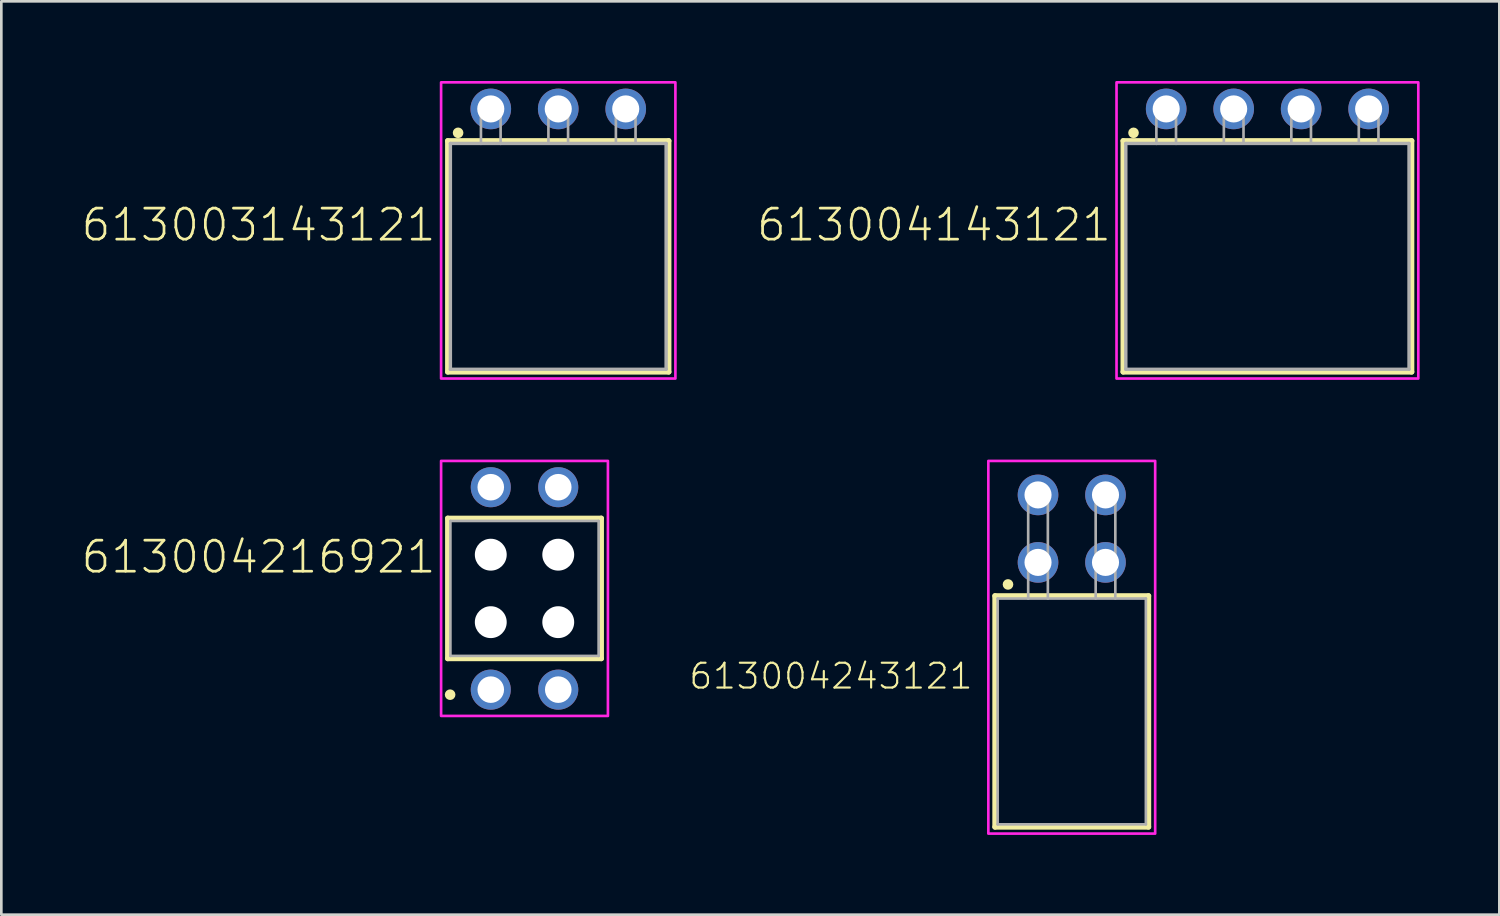
<source format=kicad_pcb>
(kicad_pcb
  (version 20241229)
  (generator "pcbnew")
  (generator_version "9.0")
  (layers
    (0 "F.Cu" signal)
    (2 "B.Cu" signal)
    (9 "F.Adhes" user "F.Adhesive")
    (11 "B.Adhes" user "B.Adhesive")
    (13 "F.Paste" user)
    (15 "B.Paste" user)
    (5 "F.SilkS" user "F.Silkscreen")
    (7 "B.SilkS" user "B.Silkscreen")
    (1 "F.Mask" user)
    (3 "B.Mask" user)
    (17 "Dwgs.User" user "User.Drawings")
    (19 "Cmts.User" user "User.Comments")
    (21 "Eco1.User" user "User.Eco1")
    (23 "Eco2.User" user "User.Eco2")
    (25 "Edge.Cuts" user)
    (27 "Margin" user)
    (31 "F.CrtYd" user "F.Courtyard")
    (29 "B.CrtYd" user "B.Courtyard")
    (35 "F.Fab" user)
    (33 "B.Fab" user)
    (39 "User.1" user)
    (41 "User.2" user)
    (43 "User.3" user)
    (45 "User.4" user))
  (footprint "613004243121"
    (layer "F.Cu")
    (at 37.294 23.73)
    (property "Reference" "613004243121" (at -3.67 -0.78 0) (unlocked yes) (layer "F.SilkS") (effects (font (size 0.935 0.935) (thickness 0.081)) (justify right bottom)))
    (fp_line (start -2.89 -4.35) (end 2.89 -4.35) (stroke (width 0.2) (type solid)) (layer "F.SilkS"))
    (fp_line (start -2.89 4.35) (end -2.89 -4.35) (stroke (width 0.2) (type solid)) (layer "F.SilkS"))
    (fp_line (start 2.89 -4.35) (end 2.89 4.35) (stroke (width 0.2) (type solid)) (layer "F.SilkS"))
    (fp_line (start 2.89 4.35) (end -2.89 4.35) (stroke (width 0.2) (type solid)) (layer "F.SilkS"))
    (fp_circle (center -2.4 -4.78) (end -2.3 -4.78) (stroke (width 0.2) (type solid)) (fill no) (layer "F.SilkS"))
    (fp_poly (pts (xy 3.14 4.6) (xy -3.14 4.6) (xy -3.14 -9.43) (xy 3.14 -9.43)) (stroke (width 0.1) (type default)) (fill no) (layer "F.CrtYd"))
    (fp_line (start -2.79 -4.25) (end -2.79 4.25) (stroke (width 0.1) (type solid)) (layer "F.Fab"))
    (fp_line (start -1.64 -8.35) (end -0.9 -8.35) (stroke (width 0.1) (type solid)) (layer "F.Fab"))
    (fp_line (start -1.64 -4.25) (end -2.79 -4.25) (stroke (width 0.1) (type solid)) (layer "F.Fab"))
    (fp_line (start -1.64 -4.25) (end -1.64 -8.35) (stroke (width 0.1) (type solid)) (layer "F.Fab"))
    (fp_line (start -0.9 -8.35) (end -0.9 -4.25) (stroke (width 0.1) (type solid)) (layer "F.Fab"))
    (fp_line (start -0.9 -4.25) (end -1.64 -4.25) (stroke (width 0.1) (type solid)) (layer "F.Fab"))
    (fp_line (start 0.9 -8.35) (end 1.64 -8.35) (stroke (width 0.1) (type solid)) (layer "F.Fab"))
    (fp_line (start 0.9 -4.25) (end 0.9 -8.35) (stroke (width 0.1) (type solid)) (layer "F.Fab"))
    (fp_line (start 1.64 -8.35) (end 1.64 -4.25) (stroke (width 0.1) (type solid)) (layer "F.Fab"))
    (fp_line (start 2.79 -4.25) (end -0.9 -4.25) (stroke (width 0.1) (type solid)) (layer "F.Fab"))
    (fp_line (start 2.79 4.25) (end -2.79 4.25) (stroke (width 0.1) (type solid)) (layer "F.Fab"))
    (fp_line (start 2.79 4.25) (end 2.79 -4.25) (stroke (width 0.1) (type solid)) (layer "F.Fab"))
    (pad "1" thru_hole circle (at -1.27 -5.61 180) (size 1.53 1.53) (drill 1.02) (layers "*.Cu" "*.Mask"))
    (pad "2" thru_hole circle (at -1.27 -8.15 180) (size 1.53 1.53) (drill 1.02) (layers "*.Cu" "*.Mask"))
    (pad "3" thru_hole circle (at 1.27 -5.61 180) (size 1.53 1.53) (drill 1.02) (layers "*.Cu" "*.Mask"))
    (pad "4" thru_hole circle (at 1.27 -8.15 180) (size 1.53 1.53) (drill 1.02) (layers "*.Cu" "*.Mask")))
  (footprint "613004216921"
    (layer "F.Cu")
    (at 16.694 19.1)
    (property "Reference" "613004216921" (at -3.27 -0.5 0) (unlocked yes) (layer "F.SilkS") (effects (font (size 1.168 1.168) (thickness 0.102)) (justify right bottom)))
    (fp_line (start -2.89 -2.64) (end 2.89 -2.64) (stroke (width 0.2) (type solid)) (layer "F.SilkS"))
    (fp_line (start -2.89 2.64) (end -2.89 -2.64) (stroke (width 0.2) (type solid)) (layer "F.SilkS"))
    (fp_line (start 2.89 -2.64) (end 2.89 2.64) (stroke (width 0.2) (type solid)) (layer "F.SilkS"))
    (fp_line (start 2.89 2.64) (end -2.89 2.64) (stroke (width 0.2) (type solid)) (layer "F.SilkS"))
    (fp_circle (center -2.8 4) (end -2.7 4) (stroke (width 0.2) (type solid)) (fill no) (layer "F.SilkS"))
    (fp_poly (pts (xy 3.14 4.8) (xy -3.14 4.8) (xy -3.14 -4.8) (xy 3.14 -4.8)) (stroke (width 0.1) (type default)) (fill no) (layer "F.CrtYd"))
    (fp_line (start -2.79 -2.54) (end -2.79 2.54) (stroke (width 0.1) (type solid)) (layer "F.Fab"))
    (fp_line (start -2.79 2.54) (end 2.79 2.54) (stroke (width 0.1) (type solid)) (layer "F.Fab"))
    (fp_line (start 2.79 -2.54) (end -2.79 -2.54) (stroke (width 0.1) (type solid)) (layer "F.Fab"))
    (fp_line (start 2.79 2.54) (end 2.79 -2.54) (stroke (width 0.1) (type solid)) (layer "F.Fab"))
    (pad "" np_thru_hole circle (at -1.27 -1.27) (size 1.2 1.2) (drill 1.2) (layers "*.Cu" "*.Mask"))
    (pad "" np_thru_hole circle (at -1.27 1.27) (size 1.2 1.2) (drill 1.2) (layers "*.Cu" "*.Mask"))
    (pad "" np_thru_hole circle (at 1.27 -1.27) (size 1.2 1.2) (drill 1.2) (layers "*.Cu" "*.Mask"))
    (pad "" np_thru_hole circle (at 1.27 1.27) (size 1.2 1.2) (drill 1.2) (layers "*.Cu" "*.Mask"))
    (pad "1" thru_hole circle (at -1.27 3.81) (size 1.508 1.508) (drill 1) (layers "*.Cu" "*.Mask"))
    (pad "2" thru_hole circle (at -1.27 -3.81) (size 1.508 1.508) (drill 1) (layers "*.Cu" "*.Mask"))
    (pad "3" thru_hole circle (at 1.27 3.81) (size 1.508 1.508) (drill 1) (layers "*.Cu" "*.Mask"))
    (pad "4" thru_hole circle (at 1.27 -3.81) (size 1.508 1.508) (drill 1) (layers "*.Cu" "*.Mask")))
  (footprint "613004143121"
    (layer "F.Cu")
    (at 44.659 6.6)
    (property "Reference" "613004143121" (at -5.81 -0.5 0) (unlocked yes) (layer "F.SilkS") (effects (font (size 1.168 1.168) (thickness 0.102)) (justify right bottom)))
    (fp_line (start -5.43 -4.35) (end 5.43 -4.35) (stroke (width 0.2) (type solid)) (layer "F.SilkS"))
    (fp_line (start -5.43 4.35) (end -5.43 -4.35) (stroke (width 0.2) (type solid)) (layer "F.SilkS"))
    (fp_line (start 5.43 -4.35) (end 5.43 4.35) (stroke (width 0.2) (type solid)) (layer "F.SilkS"))
    (fp_line (start 5.43 4.35) (end -5.43 4.35) (stroke (width 0.2) (type solid)) (layer "F.SilkS"))
    (fp_circle (center -5.04 -4.65) (end -4.94 -4.65) (stroke (width 0.2) (type solid)) (fill no) (layer "F.SilkS"))
    (fp_poly (pts (xy 5.68 4.6) (xy -5.68 4.6) (xy -5.68 -6.55) (xy 5.68 -6.55)) (stroke (width 0.1) (type default)) (fill no) (layer "F.CrtYd"))
    (fp_line (start -5.33 4.25) (end -5.33 -4.25) (stroke (width 0.127) (type solid)) (layer "F.Fab"))
    (fp_line (start -4.18 -5.35) (end -4.18 -4.25) (stroke (width 0.1) (type solid)) (layer "F.Fab"))
    (fp_line (start -4.18 -5.35) (end -3.44 -5.35) (stroke (width 0.1) (type solid)) (layer "F.Fab"))
    (fp_line (start -4.18 -4.25) (end -5.33 -4.25) (stroke (width 0.127) (type solid)) (layer "F.Fab"))
    (fp_line (start -3.44 -5.35) (end -3.44 -4.25) (stroke (width 0.1) (type solid)) (layer "F.Fab"))
    (fp_line (start -3.44 -4.25) (end -4.18 -4.25) (stroke (width 0.127) (type solid)) (layer "F.Fab"))
    (fp_line (start -1.64 -5.35) (end -1.64 -4.25) (stroke (width 0.1) (type solid)) (layer "F.Fab"))
    (fp_line (start -1.64 -5.35) (end -0.9 -5.35) (stroke (width 0.1) (type solid)) (layer "F.Fab"))
    (fp_line (start -0.9 -5.35) (end -0.9 -4.25) (stroke (width 0.1) (type solid)) (layer "F.Fab"))
    (fp_line (start 0.9 -5.35) (end 0.9 -4.25) (stroke (width 0.1) (type solid)) (layer "F.Fab"))
    (fp_line (start 0.9 -5.35) (end 1.64 -5.35) (stroke (width 0.1) (type solid)) (layer "F.Fab"))
    (fp_line (start 1.64 -5.35) (end 1.64 -4.25) (stroke (width 0.1) (type solid)) (layer "F.Fab"))
    (fp_line (start 3.44 -5.35) (end 3.44 -4.25) (stroke (width 0.1) (type solid)) (layer "F.Fab"))
    (fp_line (start 3.44 -5.35) (end 4.18 -5.35) (stroke (width 0.1) (type solid)) (layer "F.Fab"))
    (fp_line (start 4.18 -5.35) (end 4.18 -4.25) (stroke (width 0.1) (type solid)) (layer "F.Fab"))
    (fp_line (start 5.33 -4.25) (end -3.44 -4.25) (stroke (width 0.127) (type solid)) (layer "F.Fab"))
    (fp_line (start 5.33 4.25) (end -5.33 4.25) (stroke (width 0.127) (type solid)) (layer "F.Fab"))
    (fp_line (start 5.33 4.25) (end 5.33 -4.25) (stroke (width 0.127) (type solid)) (layer "F.Fab"))
    (pad "1" thru_hole circle (at -3.81 -5.55 180) (size 1.53 1.53) (drill 1.02) (layers "*.Cu" "*.Mask"))
    (pad "2" thru_hole circle (at -1.27 -5.55 180) (size 1.53 1.53) (drill 1.02) (layers "*.Cu" "*.Mask"))
    (pad "3" thru_hole circle (at 1.27 -5.55 180) (size 1.53 1.53) (drill 1.02) (layers "*.Cu" "*.Mask"))
    (pad "4" thru_hole circle (at 3.81 -5.55 180) (size 1.53 1.53) (drill 1.02) (layers "*.Cu" "*.Mask")))
  (footprint "613003143121"
    (layer "F.Cu")
    (at 17.964 6.6)
    (property "Reference" "613003143121" (at -4.54 -0.5 0) (unlocked yes) (layer "F.SilkS") (effects (font (size 1.168 1.168) (thickness 0.102)) (justify right bottom)))
    (fp_line (start -4.16 -4.35) (end 4.16 -4.35) (stroke (width 0.2) (type solid)) (layer "F.SilkS"))
    (fp_line (start -4.16 4.35) (end -4.16 -4.35) (stroke (width 0.2) (type solid)) (layer "F.SilkS"))
    (fp_line (start 4.16 -4.35) (end 4.16 4.35) (stroke (width 0.2) (type solid)) (layer "F.SilkS"))
    (fp_line (start 4.16 4.35) (end -4.16 4.35) (stroke (width 0.2) (type solid)) (layer "F.SilkS"))
    (fp_circle (center -3.77 -4.65) (end -3.67 -4.65) (stroke (width 0.2) (type solid)) (fill no) (layer "F.SilkS"))
    (fp_poly (pts (xy 4.41 4.6) (xy -4.41 4.6) (xy -4.41 -6.55) (xy 4.41 -6.55)) (stroke (width 0.1) (type default)) (fill no) (layer "F.CrtYd"))
    (fp_line (start -4.06 4.25) (end -4.06 -4.25) (stroke (width 0.127) (type solid)) (layer "F.Fab"))
    (fp_line (start -2.91 -5.35) (end -2.91 -4.25) (stroke (width 0.1) (type solid)) (layer "F.Fab"))
    (fp_line (start -2.91 -5.35) (end -2.17 -5.35) (stroke (width 0.1) (type solid)) (layer "F.Fab"))
    (fp_line (start -2.91 -4.25) (end -4.06 -4.25) (stroke (width 0.127) (type solid)) (layer "F.Fab"))
    (fp_line (start -2.17 -5.35) (end -2.17 -4.25) (stroke (width 0.1) (type solid)) (layer "F.Fab"))
    (fp_line (start -2.17 -4.25) (end -2.91 -4.25) (stroke (width 0.127) (type solid)) (layer "F.Fab"))
    (fp_line (start -0.37 -5.35) (end -0.37 -4.25) (stroke (width 0.1) (type solid)) (layer "F.Fab"))
    (fp_line (start -0.37 -5.35) (end 0.37 -5.35) (stroke (width 0.1) (type solid)) (layer "F.Fab"))
    (fp_line (start 0.37 -5.35) (end 0.37 -4.25) (stroke (width 0.1) (type solid)) (layer "F.Fab"))
    (fp_line (start 2.17 -5.35) (end 2.17 -4.25) (stroke (width 0.1) (type solid)) (layer "F.Fab"))
    (fp_line (start 2.17 -5.35) (end 2.91 -5.35) (stroke (width 0.1) (type solid)) (layer "F.Fab"))
    (fp_line (start 2.91 -5.35) (end 2.91 -4.25) (stroke (width 0.1) (type solid)) (layer "F.Fab"))
    (fp_line (start 4.06 -4.25) (end -2.17 -4.25) (stroke (width 0.127) (type solid)) (layer "F.Fab"))
    (fp_line (start 4.06 4.25) (end -4.06 4.25) (stroke (width 0.127) (type solid)) (layer "F.Fab"))
    (fp_line (start 4.06 4.25) (end 4.06 -4.25) (stroke (width 0.127) (type solid)) (layer "F.Fab"))
    (pad "1" thru_hole circle (at -2.54 -5.55 180) (size 1.53 1.53) (drill 1.02) (layers "*.Cu" "*.Mask"))
    (pad "2" thru_hole circle (at 0 -5.55 180) (size 1.53 1.53) (drill 1.02) (layers "*.Cu" "*.Mask"))
    (pad "3" thru_hole circle (at 2.54 -5.55 180) (size 1.53 1.53) (drill 1.02) (layers "*.Cu" "*.Mask")))
  (gr_rect
    (start -3 -3)
    (end 53.389 31.38)
    (stroke (width 0.1) (type default))
    (fill no)
    (layer "Edge.Cuts")))
</source>
